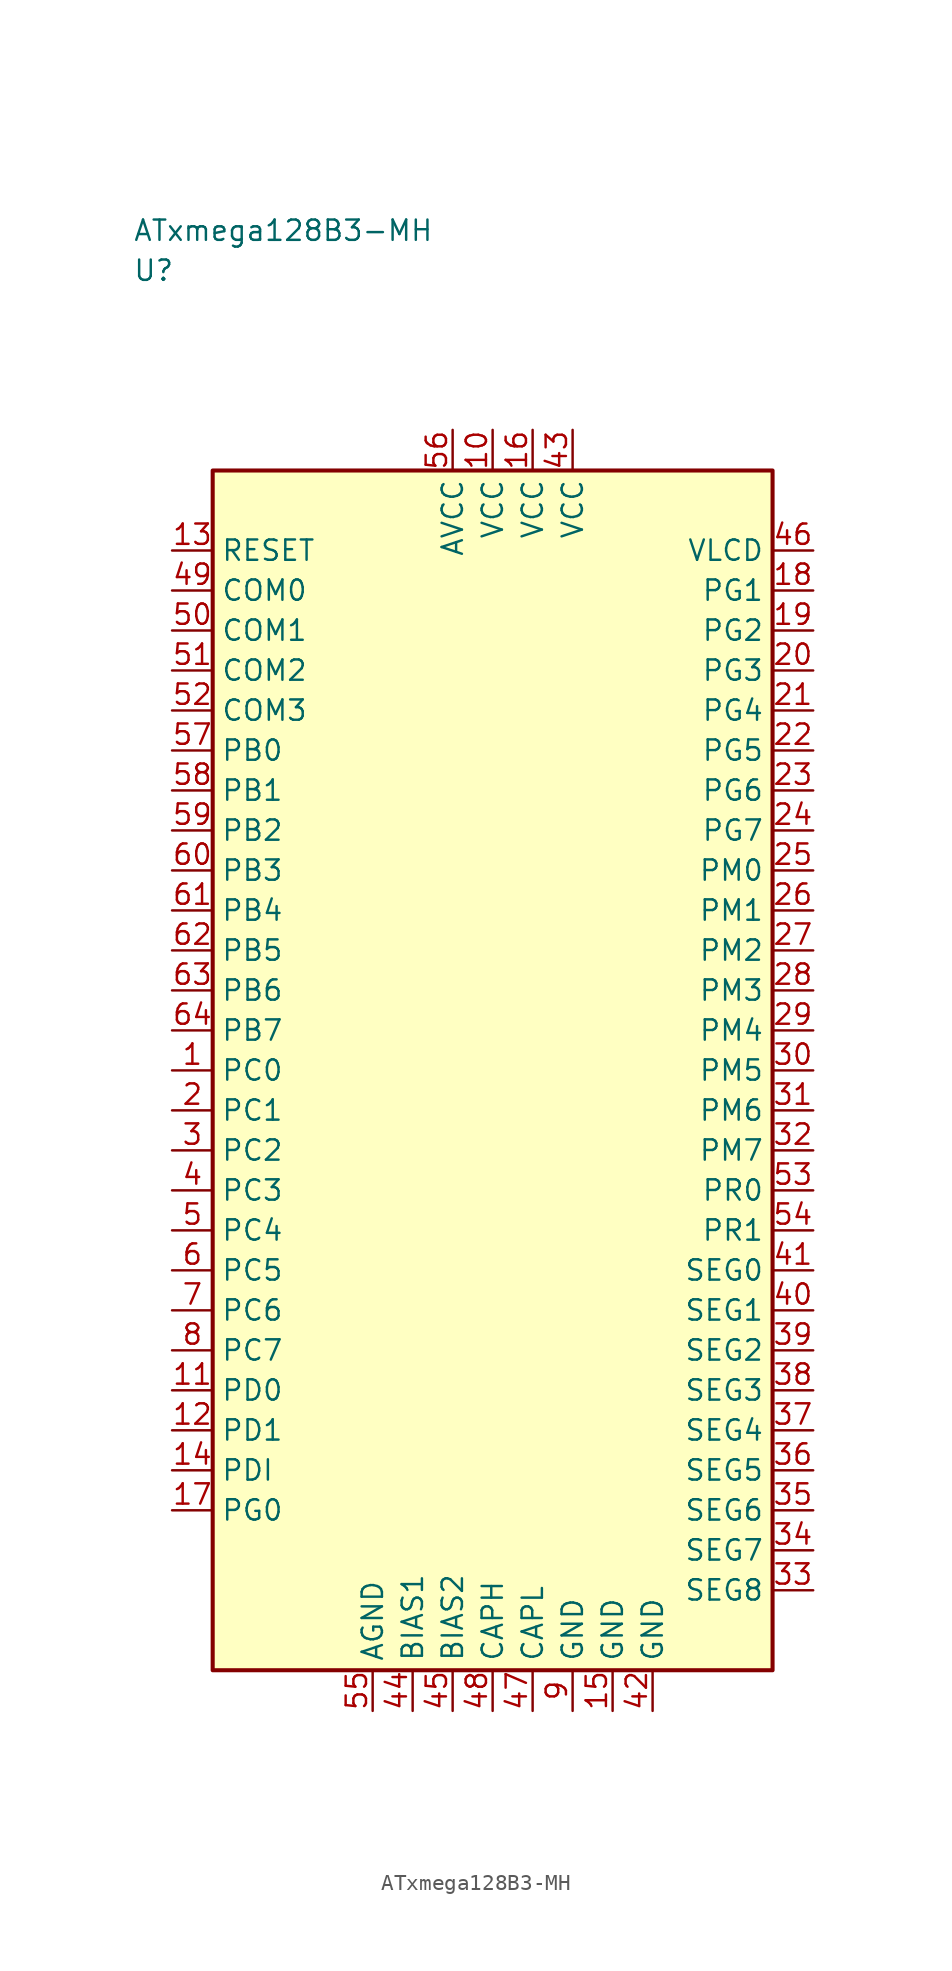
<source format=kicad_sym>
(kicad_symbol_lib
  (version 20241025)
  (generator "kicad_symbol_editor")
  (generator_version "8.0")
  (symbol "ATxmega128B3-MH"
    (property "Reference" "U"
      (at -22.5 50.0 0)
      (effects (font (size 1.27 1.27)) (justify left)))
    (property "Value" "ATxmega128B3-MH"
      (at -22.5 52.5 0)
      (effects (font (size 1.27 1.27)) (justify left)))
    (symbol "ATxmega128B3-MH_0_1"
      (rectangle (start -17.5 37.5) (end 17.5 -37.5) (stroke (width 0.254) (type default)) (fill (type background))))
    (symbol "ATxmega128B3-MH_1_1"
      (pin bidirectional line (at -20.04 0.0 0.0) (length 2.54) (name "PC0" (effects (font (size 1.27 1.27)))) (number "1" (effects (font (size 1.27 1.27)))))
      (pin bidirectional line (at -20.04 -2.5 0.0) (length 2.54) (name "PC1" (effects (font (size 1.27 1.27)))) (number "2" (effects (font (size 1.27 1.27)))))
      (pin bidirectional line (at -20.04 -5.0 0.0) (length 2.54) (name "PC2" (effects (font (size 1.27 1.27)))) (number "3" (effects (font (size 1.27 1.27)))))
      (pin bidirectional line (at -20.04 -7.5 0.0) (length 2.54) (name "PC3" (effects (font (size 1.27 1.27)))) (number "4" (effects (font (size 1.27 1.27)))))
      (pin bidirectional line (at -20.04 -10.0 0.0) (length 2.54) (name "PC4" (effects (font (size 1.27 1.27)))) (number "5" (effects (font (size 1.27 1.27)))))
      (pin bidirectional line (at -20.04 -12.5 0.0) (length 2.54) (name "PC5" (effects (font (size 1.27 1.27)))) (number "6" (effects (font (size 1.27 1.27)))))
      (pin bidirectional line (at -20.04 -15.0 0.0) (length 2.54) (name "PC6" (effects (font (size 1.27 1.27)))) (number "7" (effects (font (size 1.27 1.27)))))
      (pin bidirectional line (at -20.04 -17.5 0.0) (length 2.54) (name "PC7" (effects (font (size 1.27 1.27)))) (number "8" (effects (font (size 1.27 1.27)))))
      (pin passive line (at 5.0 -40.04 90.0) (length 2.54) (name "GND" (effects (font (size 1.27 1.27)))) (number "9" (effects (font (size 1.27 1.27)))))
      (pin power_in line (at 0.0 40.04 270.0) (length 2.54) (name "VCC" (effects (font (size 1.27 1.27)))) (number "10" (effects (font (size 1.27 1.27)))))
      (pin bidirectional line (at -20.04 -20.0 0.0) (length 2.54) (name "PD0" (effects (font (size 1.27 1.27)))) (number "11" (effects (font (size 1.27 1.27)))))
      (pin bidirectional line (at -20.04 -22.5 0.0) (length 2.54) (name "PD1" (effects (font (size 1.27 1.27)))) (number "12" (effects (font (size 1.27 1.27)))))
      (pin input line (at -20.04 32.5 0.0) (length 2.54) (name "RESET" (effects (font (size 1.27 1.27)))) (number "13" (effects (font (size 1.27 1.27)))))
      (pin bidirectional line (at -20.04 -25.0 0.0) (length 2.54) (name "PDI" (effects (font (size 1.27 1.27)))) (number "14" (effects (font (size 1.27 1.27)))))
      (pin passive line (at 7.5 -40.04 90.0) (length 2.54) (name "GND" (effects (font (size 1.27 1.27)))) (number "15" (effects (font (size 1.27 1.27)))))
      (pin power_in line (at 2.5 40.04 270.0) (length 2.54) (name "VCC" (effects (font (size 1.27 1.27)))) (number "16" (effects (font (size 1.27 1.27)))))
      (pin bidirectional line (at -20.04 -27.5 0.0) (length 2.54) (name "PG0" (effects (font (size 1.27 1.27)))) (number "17" (effects (font (size 1.27 1.27)))))
      (pin bidirectional line (at 20.04 30.0 180.0) (length 2.54) (name "PG1" (effects (font (size 1.27 1.27)))) (number "18" (effects (font (size 1.27 1.27)))))
      (pin bidirectional line (at 20.04 27.5 180.0) (length 2.54) (name "PG2" (effects (font (size 1.27 1.27)))) (number "19" (effects (font (size 1.27 1.27)))))
      (pin bidirectional line (at 20.04 25.0 180.0) (length 2.54) (name "PG3" (effects (font (size 1.27 1.27)))) (number "20" (effects (font (size 1.27 1.27)))))
      (pin bidirectional line (at 20.04 22.5 180.0) (length 2.54) (name "PG4" (effects (font (size 1.27 1.27)))) (number "21" (effects (font (size 1.27 1.27)))))
      (pin bidirectional line (at 20.04 20.0 180.0) (length 2.54) (name "PG5" (effects (font (size 1.27 1.27)))) (number "22" (effects (font (size 1.27 1.27)))))
      (pin bidirectional line (at 20.04 17.5 180.0) (length 2.54) (name "PG6" (effects (font (size 1.27 1.27)))) (number "23" (effects (font (size 1.27 1.27)))))
      (pin bidirectional line (at 20.04 15.0 180.0) (length 2.54) (name "PG7" (effects (font (size 1.27 1.27)))) (number "24" (effects (font (size 1.27 1.27)))))
      (pin bidirectional line (at 20.04 12.5 180.0) (length 2.54) (name "PM0" (effects (font (size 1.27 1.27)))) (number "25" (effects (font (size 1.27 1.27)))))
      (pin bidirectional line (at 20.04 10.0 180.0) (length 2.54) (name "PM1" (effects (font (size 1.27 1.27)))) (number "26" (effects (font (size 1.27 1.27)))))
      (pin bidirectional line (at 20.04 7.5 180.0) (length 2.54) (name "PM2" (effects (font (size 1.27 1.27)))) (number "27" (effects (font (size 1.27 1.27)))))
      (pin bidirectional line (at 20.04 5.0 180.0) (length 2.54) (name "PM3" (effects (font (size 1.27 1.27)))) (number "28" (effects (font (size 1.27 1.27)))))
      (pin bidirectional line (at 20.04 2.5 180.0) (length 2.54) (name "PM4" (effects (font (size 1.27 1.27)))) (number "29" (effects (font (size 1.27 1.27)))))
      (pin bidirectional line (at 20.04 0.0 180.0) (length 2.54) (name "PM5" (effects (font (size 1.27 1.27)))) (number "30" (effects (font (size 1.27 1.27)))))
      (pin bidirectional line (at 20.04 -2.5 180.0) (length 2.54) (name "PM6" (effects (font (size 1.27 1.27)))) (number "31" (effects (font (size 1.27 1.27)))))
      (pin bidirectional line (at 20.04 -5.0 180.0) (length 2.54) (name "PM7" (effects (font (size 1.27 1.27)))) (number "32" (effects (font (size 1.27 1.27)))))
      (pin bidirectional line (at 20.04 -32.5 180.0) (length 2.54) (name "SEG8" (effects (font (size 1.27 1.27)))) (number "33" (effects (font (size 1.27 1.27)))))
      (pin bidirectional line (at 20.04 -30.0 180.0) (length 2.54) (name "SEG7" (effects (font (size 1.27 1.27)))) (number "34" (effects (font (size 1.27 1.27)))))
      (pin bidirectional line (at 20.04 -27.5 180.0) (length 2.54) (name "SEG6" (effects (font (size 1.27 1.27)))) (number "35" (effects (font (size 1.27 1.27)))))
      (pin bidirectional line (at 20.04 -25.0 180.0) (length 2.54) (name "SEG5" (effects (font (size 1.27 1.27)))) (number "36" (effects (font (size 1.27 1.27)))))
      (pin bidirectional line (at 20.04 -22.5 180.0) (length 2.54) (name "SEG4" (effects (font (size 1.27 1.27)))) (number "37" (effects (font (size 1.27 1.27)))))
      (pin bidirectional line (at 20.04 -20.0 180.0) (length 2.54) (name "SEG3" (effects (font (size 1.27 1.27)))) (number "38" (effects (font (size 1.27 1.27)))))
      (pin bidirectional line (at 20.04 -17.5 180.0) (length 2.54) (name "SEG2" (effects (font (size 1.27 1.27)))) (number "39" (effects (font (size 1.27 1.27)))))
      (pin bidirectional line (at 20.04 -15.0 180.0) (length 2.54) (name "SEG1" (effects (font (size 1.27 1.27)))) (number "40" (effects (font (size 1.27 1.27)))))
      (pin bidirectional line (at 20.04 -12.5 180.0) (length 2.54) (name "SEG0" (effects (font (size 1.27 1.27)))) (number "41" (effects (font (size 1.27 1.27)))))
      (pin passive line (at 10.0 -40.04 90.0) (length 2.54) (name "GND" (effects (font (size 1.27 1.27)))) (number "42" (effects (font (size 1.27 1.27)))))
      (pin power_in line (at 5.0 40.04 270.0) (length 2.54) (name "VCC" (effects (font (size 1.27 1.27)))) (number "43" (effects (font (size 1.27 1.27)))))
      (pin passive line (at -5.0 -40.04 90.0) (length 2.54) (name "BIAS1" (effects (font (size 1.27 1.27)))) (number "44" (effects (font (size 1.27 1.27)))))
      (pin passive line (at -2.5 -40.04 90.0) (length 2.54) (name "BIAS2" (effects (font (size 1.27 1.27)))) (number "45" (effects (font (size 1.27 1.27)))))
      (pin output line (at 20.04 32.5 180.0) (length 2.54) (name "VLCD" (effects (font (size 1.27 1.27)))) (number "46" (effects (font (size 1.27 1.27)))))
      (pin passive line (at 2.5 -40.04 90.0) (length 2.54) (name "CAPL" (effects (font (size 1.27 1.27)))) (number "47" (effects (font (size 1.27 1.27)))))
      (pin passive line (at 0.0 -40.04 90.0) (length 2.54) (name "CAPH" (effects (font (size 1.27 1.27)))) (number "48" (effects (font (size 1.27 1.27)))))
      (pin bidirectional line (at -20.04 30.0 0.0) (length 2.54) (name "COM0" (effects (font (size 1.27 1.27)))) (number "49" (effects (font (size 1.27 1.27)))))
      (pin bidirectional line (at -20.04 27.5 0.0) (length 2.54) (name "COM1" (effects (font (size 1.27 1.27)))) (number "50" (effects (font (size 1.27 1.27)))))
      (pin bidirectional line (at -20.04 25.0 0.0) (length 2.54) (name "COM2" (effects (font (size 1.27 1.27)))) (number "51" (effects (font (size 1.27 1.27)))))
      (pin bidirectional line (at -20.04 22.5 0.0) (length 2.54) (name "COM3" (effects (font (size 1.27 1.27)))) (number "52" (effects (font (size 1.27 1.27)))))
      (pin bidirectional line (at 20.04 -7.5 180.0) (length 2.54) (name "PR0" (effects (font (size 1.27 1.27)))) (number "53" (effects (font (size 1.27 1.27)))))
      (pin bidirectional line (at 20.04 -10.0 180.0) (length 2.54) (name "PR1" (effects (font (size 1.27 1.27)))) (number "54" (effects (font (size 1.27 1.27)))))
      (pin passive line (at -7.5 -40.04 90.0) (length 2.54) (name "AGND" (effects (font (size 1.27 1.27)))) (number "55" (effects (font (size 1.27 1.27)))))
      (pin power_in line (at -2.5 40.04 270.0) (length 2.54) (name "AVCC" (effects (font (size 1.27 1.27)))) (number "56" (effects (font (size 1.27 1.27)))))
      (pin bidirectional line (at -20.04 20.0 0.0) (length 2.54) (name "PB0" (effects (font (size 1.27 1.27)))) (number "57" (effects (font (size 1.27 1.27)))))
      (pin bidirectional line (at -20.04 17.5 0.0) (length 2.54) (name "PB1" (effects (font (size 1.27 1.27)))) (number "58" (effects (font (size 1.27 1.27)))))
      (pin bidirectional line (at -20.04 15.0 0.0) (length 2.54) (name "PB2" (effects (font (size 1.27 1.27)))) (number "59" (effects (font (size 1.27 1.27)))))
      (pin bidirectional line (at -20.04 12.5 0.0) (length 2.54) (name "PB3" (effects (font (size 1.27 1.27)))) (number "60" (effects (font (size 1.27 1.27)))))
      (pin bidirectional line (at -20.04 10.0 0.0) (length 2.54) (name "PB4" (effects (font (size 1.27 1.27)))) (number "61" (effects (font (size 1.27 1.27)))))
      (pin bidirectional line (at -20.04 7.5 0.0) (length 2.54) (name "PB5" (effects (font (size 1.27 1.27)))) (number "62" (effects (font (size 1.27 1.27)))))
      (pin bidirectional line (at -20.04 5.0 0.0) (length 2.54) (name "PB6" (effects (font (size 1.27 1.27)))) (number "63" (effects (font (size 1.27 1.27)))))
      (pin bidirectional line (at -20.04 2.5 0.0) (length 2.54) (name "PB7" (effects (font (size 1.27 1.27)))) (number "64" (effects (font (size 1.27 1.27))))))))
</source>
